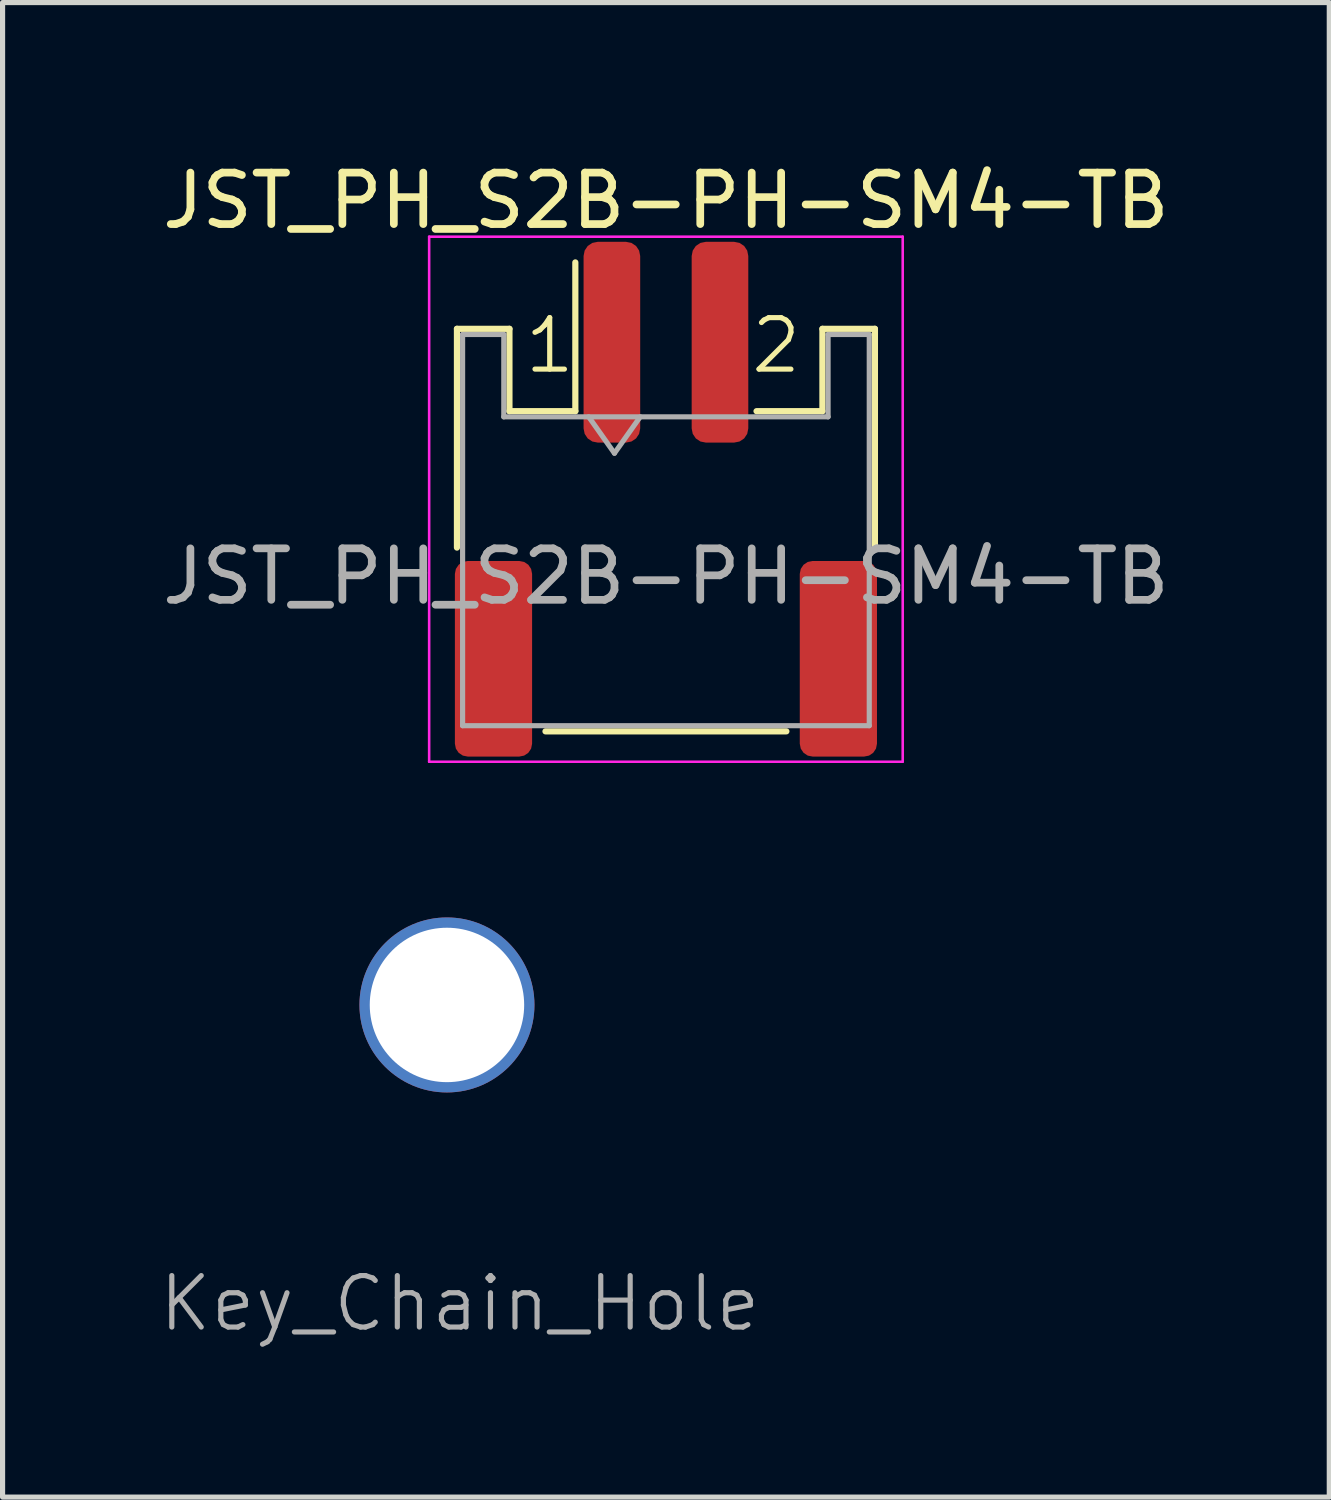
<source format=kicad_pcb>
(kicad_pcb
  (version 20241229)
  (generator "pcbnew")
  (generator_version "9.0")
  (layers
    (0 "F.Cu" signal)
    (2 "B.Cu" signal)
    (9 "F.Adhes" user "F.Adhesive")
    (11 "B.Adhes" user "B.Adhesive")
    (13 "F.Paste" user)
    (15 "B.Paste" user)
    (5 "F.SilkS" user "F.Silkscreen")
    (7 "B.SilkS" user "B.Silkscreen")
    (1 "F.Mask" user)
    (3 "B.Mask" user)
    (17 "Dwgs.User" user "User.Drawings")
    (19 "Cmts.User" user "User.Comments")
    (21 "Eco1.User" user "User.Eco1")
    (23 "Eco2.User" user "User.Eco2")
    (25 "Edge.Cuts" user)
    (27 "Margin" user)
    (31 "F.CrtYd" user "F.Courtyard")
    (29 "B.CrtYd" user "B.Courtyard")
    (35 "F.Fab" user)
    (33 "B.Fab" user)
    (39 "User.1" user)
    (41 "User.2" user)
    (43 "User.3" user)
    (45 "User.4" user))
  (footprint "JST_PH_S2B-PH-SM4-TB"
    (layer "F.Cu")
    (at 9.887 6.648)
    (property "Reference" "JST_PH_S2B-PH-SM4-TB" (at 0 -5.8 0) (layer "F.SilkS") (effects (font (size 1 1) (thickness 0.15))))
    (attr smd)
    (fp_line (start -4.06 -3.31) (end -3.04 -3.31) (stroke (width 0.12) (type solid)) (layer "F.SilkS"))
    (fp_line (start -4.06 0.94) (end -4.06 -3.31) (stroke (width 0.12) (type solid)) (layer "F.SilkS"))
    (fp_line (start -3.04 -3.31) (end -3.04 -1.71) (stroke (width 0.12) (type solid)) (layer "F.SilkS"))
    (fp_line (start -3.04 -1.71) (end -1.76 -1.71) (stroke (width 0.12) (type solid)) (layer "F.SilkS"))
    (fp_line (start -2.34 4.51) (end 2.34 4.51) (stroke (width 0.12) (type solid)) (layer "F.SilkS"))
    (fp_line (start -1.76 -1.71) (end -1.76 -4.6) (stroke (width 0.12) (type solid)) (layer "F.SilkS"))
    (fp_line (start 3.04 -3.31) (end 3.04 -1.71) (stroke (width 0.12) (type solid)) (layer "F.SilkS"))
    (fp_line (start 3.04 -1.71) (end 1.76 -1.71) (stroke (width 0.12) (type solid)) (layer "F.SilkS"))
    (fp_line (start 4.06 -3.31) (end 3.04 -3.31) (stroke (width 0.12) (type solid)) (layer "F.SilkS"))
    (fp_line (start 4.06 0.94) (end 4.06 -3.31) (stroke (width 0.12) (type solid)) (layer "F.SilkS"))
    (fp_line (start -4.6 -5.1) (end -4.6 5.1) (stroke (width 0.05) (type solid)) (layer "F.CrtYd"))
    (fp_line (start -4.6 5.1) (end 4.6 5.1) (stroke (width 0.05) (type solid)) (layer "F.CrtYd"))
    (fp_line (start 4.6 -5.1) (end -4.6 -5.1) (stroke (width 0.05) (type solid)) (layer "F.CrtYd"))
    (fp_line (start 4.6 5.1) (end 4.6 -5.1) (stroke (width 0.05) (type solid)) (layer "F.CrtYd"))
    (fp_line (start -3.95 -3.2) (end -3.95 4.4) (stroke (width 0.1) (type solid)) (layer "F.Fab"))
    (fp_line (start -3.95 -3.2) (end -3.15 -3.2) (stroke (width 0.1) (type solid)) (layer "F.Fab"))
    (fp_line (start -3.95 4.4) (end 3.95 4.4) (stroke (width 0.1) (type solid)) (layer "F.Fab"))
    (fp_line (start -3.15 -3.2) (end -3.15 -1.6) (stroke (width 0.1) (type solid)) (layer "F.Fab"))
    (fp_line (start -3.15 -1.6) (end 3.15 -1.6) (stroke (width 0.1) (type solid)) (layer "F.Fab"))
    (fp_line (start -1.5 -1.6) (end -1 -0.893) (stroke (width 0.1) (type solid)) (layer "F.Fab"))
    (fp_line (start -1 -0.893) (end -0.5 -1.6) (stroke (width 0.1) (type solid)) (layer "F.Fab"))
    (fp_line (start 3.15 -3.2) (end 3.95 -3.2) (stroke (width 0.1) (type solid)) (layer "F.Fab"))
    (fp_line (start 3.15 -1.6) (end 3.15 -3.2) (stroke (width 0.1) (type solid)) (layer "F.Fab"))
    (fp_line (start 3.95 -3.2) (end 3.95 4.4) (stroke (width 0.1) (type solid)) (layer "F.Fab"))
    (fp_text user "1" (at -2.8 -2.4 0) (unlocked yes) (layer "F.SilkS") (effects (font (size 1 1) (thickness 0.1)) (justify left bottom)))
    (fp_text user "2" (at 1.6 -2.4 0) (unlocked yes) (layer "F.SilkS") (effects (font (size 1 1) (thickness 0.1)) (justify left bottom)))
    (fp_text user "${REFERENCE}" (at 0 1.5 0) (layer "F.Fab") (effects (font (size 1 1) (thickness 0.15))))
    (pad "1" smd roundrect (at -1.05 -3.05) (size 1.1 3.9) (layers "F.Cu" "F.Mask" "F.Paste") (roundrect_rratio 0.25))
    (pad "2" smd roundrect (at 1.05 -3.05) (size 1.1 3.9) (layers "F.Cu" "F.Mask" "F.Paste") (roundrect_rratio 0.25))
    (pad "MP" smd roundrect (at -3.35 3.1) (size 1.5 3.8) (layers "F.Cu" "F.Mask" "F.Paste") (roundrect_rratio 0.167))
    (pad "MP" smd roundrect (at 3.35 3.1) (size 1.5 3.8) (layers "F.Cu" "F.Mask" "F.Paste") (roundrect_rratio 0.167)))
  (footprint "Key_Chain_Hole"
    (layer "F.Cu")
    (at 5.633 16.473)
    (property "Reference" "Key_Chain_Hole" (at 0.25 5.8 0) (unlocked yes) (layer "F.Fab") (effects (font (size 1 1) (thickness 0.1))))
    (attr through_hole)
    (pad "" thru_hole circle (at 0 0) (size 3.4 3.4) (drill 3) (layers "*.Cu" "*.Mask")))
  (gr_rect
    (start -3 -3)
    (end 22.774 26.034)
    (stroke (width 0.1) (type default))
    (fill no)
    (layer "Edge.Cuts")))
</source>
